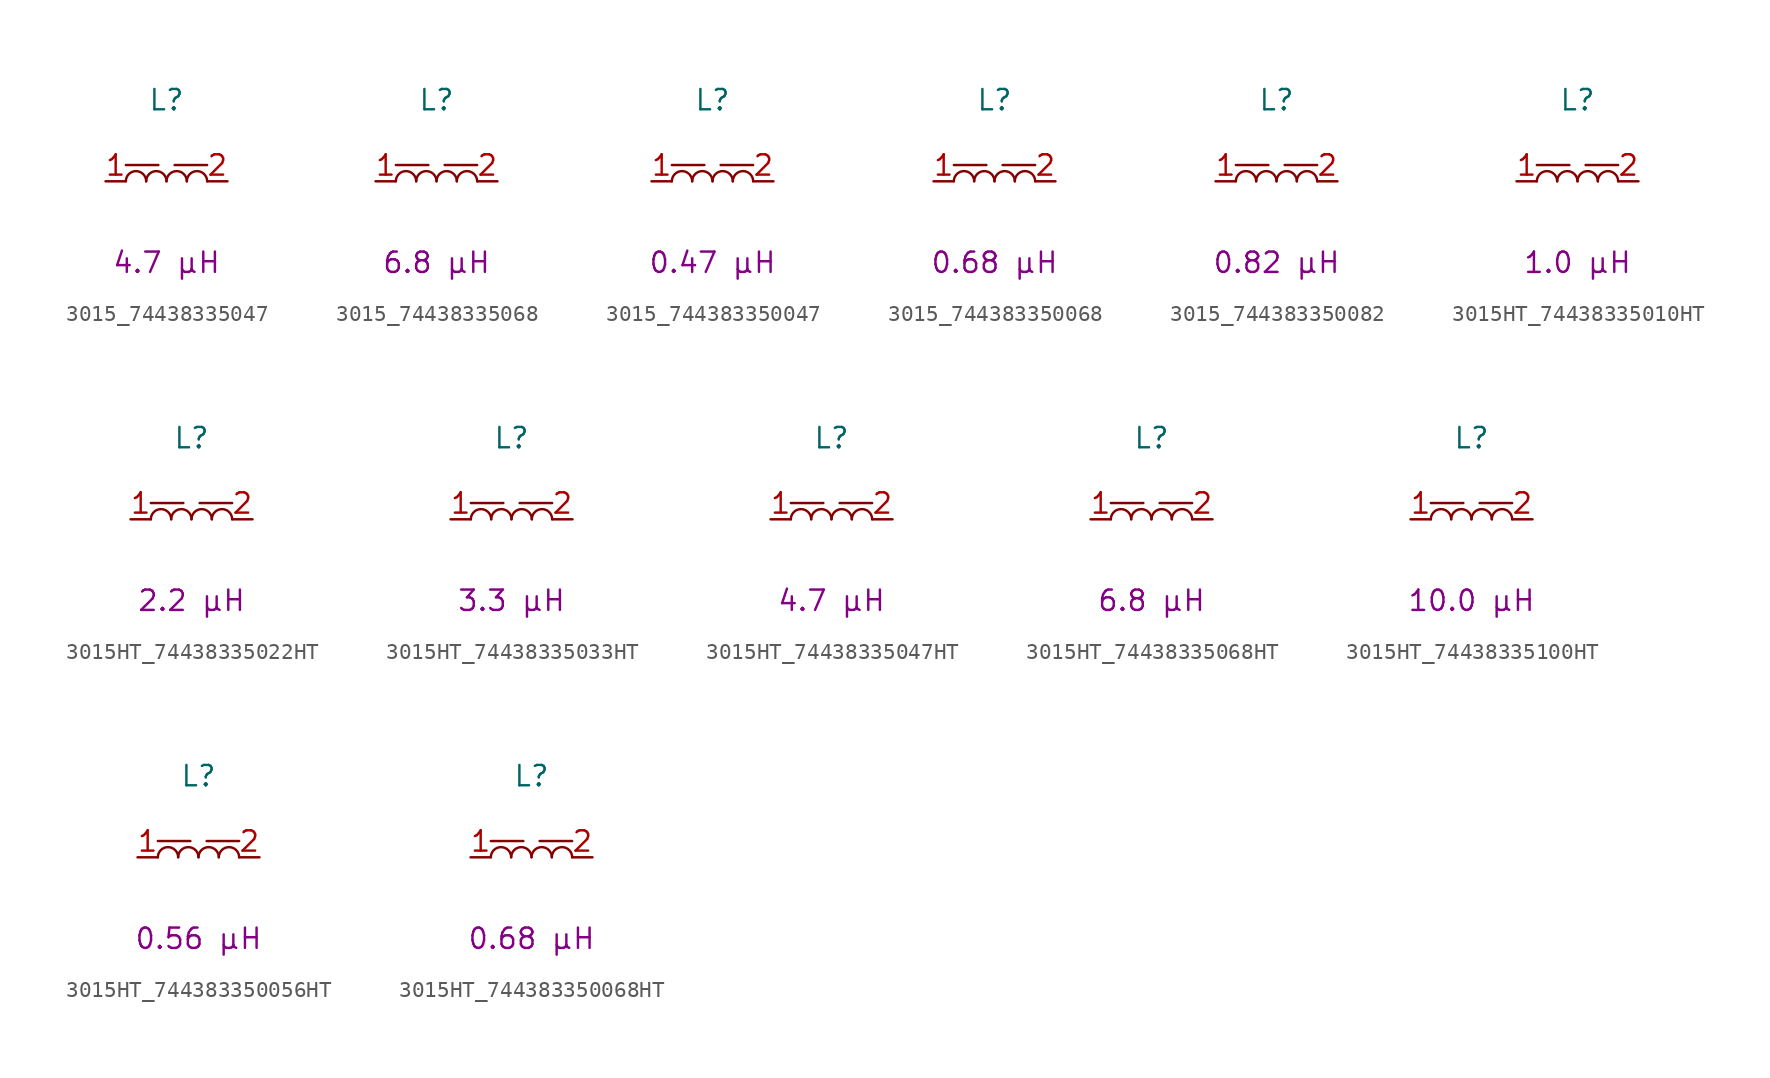
<source format=kicad_sym>
(kicad_symbol_lib
  (version 20220914)
  (generator kicad_symbol_editor)
  (symbol "3015_74438335047"
    (pin_names hide)
    (property "Reference" "L"
      (at 0 5.08 0)
      (effects (font (size 1.27 1.27))))
    (property "Critical Parameter" "4.7 µH"
      (at 0 -5.08 0)
      (effects (font (size 1.27 1.27))))
    (symbol "3015_74438335047_0_1"
      (arc (start -1.27 0) (mid -1.905 0.6323) (end -2.54 0) (stroke (width 0) (type default)) (fill (type none)))
      (arc (start 0 0) (mid -0.635 0.6323) (end -1.27 0) (stroke (width 0) (type default)) (fill (type none)))
      (polyline (pts (xy -2.54 1.016) (xy -0.508 1.016)) (stroke (width 0) (type default)) (fill (type none)))
      (arc (start 1.27 0) (mid 0.635 0.6323) (end 0 0) (stroke (width 0) (type default)) (fill (type none)))
      (arc (start 2.54 0) (mid 1.905 0.6323) (end 1.27 0) (stroke (width 0) (type default)) (fill (type none))))
    (symbol "3015_74438335047_1_1"
      (polyline (pts (xy 2.54 1.016) (xy 0.508 1.016)) (stroke (width 0) (type default)) (fill (type none)))
      (pin passive line (at -3.81 0 0) (length 1.27) (name "1" (effects (font (size 1.27 1.27)))) (number "1" (effects (font (size 1.27 1.27)))))
      (pin passive line (at 3.81 0 180) (length 1.27) (name "2" (effects (font (size 1.27 1.27)))) (number "2" (effects (font (size 1.27 1.27)))))))
  (symbol "3015_74438335068"
    (pin_names hide)
    (property "Reference" "L"
      (at 0 5.08 0)
      (effects (font (size 1.27 1.27))))
    (property "Critical Parameter" "6.8 µH"
      (at 0 -5.08 0)
      (effects (font (size 1.27 1.27))))
    (symbol "3015_74438335068_0_1"
      (arc (start -1.27 0) (mid -1.905 0.6323) (end -2.54 0) (stroke (width 0) (type default)) (fill (type none)))
      (arc (start 0 0) (mid -0.635 0.6323) (end -1.27 0) (stroke (width 0) (type default)) (fill (type none)))
      (polyline (pts (xy -2.54 1.016) (xy -0.508 1.016)) (stroke (width 0) (type default)) (fill (type none)))
      (arc (start 1.27 0) (mid 0.635 0.6323) (end 0 0) (stroke (width 0) (type default)) (fill (type none)))
      (arc (start 2.54 0) (mid 1.905 0.6323) (end 1.27 0) (stroke (width 0) (type default)) (fill (type none))))
    (symbol "3015_74438335068_1_1"
      (polyline (pts (xy 2.54 1.016) (xy 0.508 1.016)) (stroke (width 0) (type default)) (fill (type none)))
      (pin passive line (at -3.81 0 0) (length 1.27) (name "1" (effects (font (size 1.27 1.27)))) (number "1" (effects (font (size 1.27 1.27)))))
      (pin passive line (at 3.81 0 180) (length 1.27) (name "2" (effects (font (size 1.27 1.27)))) (number "2" (effects (font (size 1.27 1.27)))))))
  (symbol "3015_744383350047"
    (pin_names hide)
    (property "Reference" "L"
      (at 0 5.08 0)
      (effects (font (size 1.27 1.27))))
    (property "Critical Parameter" "0.47 µH"
      (at 0 -5.08 0)
      (effects (font (size 1.27 1.27))))
    (symbol "3015_744383350047_0_1"
      (arc (start -1.27 0) (mid -1.905 0.6323) (end -2.54 0) (stroke (width 0) (type default)) (fill (type none)))
      (arc (start 0 0) (mid -0.635 0.6323) (end -1.27 0) (stroke (width 0) (type default)) (fill (type none)))
      (polyline (pts (xy -2.54 1.016) (xy -0.508 1.016)) (stroke (width 0) (type default)) (fill (type none)))
      (arc (start 1.27 0) (mid 0.635 0.6323) (end 0 0) (stroke (width 0) (type default)) (fill (type none)))
      (arc (start 2.54 0) (mid 1.905 0.6323) (end 1.27 0) (stroke (width 0) (type default)) (fill (type none))))
    (symbol "3015_744383350047_1_1"
      (polyline (pts (xy 2.54 1.016) (xy 0.508 1.016)) (stroke (width 0) (type default)) (fill (type none)))
      (pin passive line (at -3.81 0 0) (length 1.27) (name "1" (effects (font (size 1.27 1.27)))) (number "1" (effects (font (size 1.27 1.27)))))
      (pin passive line (at 3.81 0 180) (length 1.27) (name "2" (effects (font (size 1.27 1.27)))) (number "2" (effects (font (size 1.27 1.27)))))))
  (symbol "3015_744383350068"
    (pin_names hide)
    (property "Reference" "L"
      (at 0 5.08 0)
      (effects (font (size 1.27 1.27))))
    (property "Critical Parameter" "0.68 µH"
      (at 0 -5.08 0)
      (effects (font (size 1.27 1.27))))
    (symbol "3015_744383350068_0_1"
      (arc (start -1.27 0) (mid -1.905 0.6323) (end -2.54 0) (stroke (width 0) (type default)) (fill (type none)))
      (arc (start 0 0) (mid -0.635 0.6323) (end -1.27 0) (stroke (width 0) (type default)) (fill (type none)))
      (polyline (pts (xy -2.54 1.016) (xy -0.508 1.016)) (stroke (width 0) (type default)) (fill (type none)))
      (arc (start 1.27 0) (mid 0.635 0.6323) (end 0 0) (stroke (width 0) (type default)) (fill (type none)))
      (arc (start 2.54 0) (mid 1.905 0.6323) (end 1.27 0) (stroke (width 0) (type default)) (fill (type none))))
    (symbol "3015_744383350068_1_1"
      (polyline (pts (xy 2.54 1.016) (xy 0.508 1.016)) (stroke (width 0) (type default)) (fill (type none)))
      (pin passive line (at -3.81 0 0) (length 1.27) (name "1" (effects (font (size 1.27 1.27)))) (number "1" (effects (font (size 1.27 1.27)))))
      (pin passive line (at 3.81 0 180) (length 1.27) (name "2" (effects (font (size 1.27 1.27)))) (number "2" (effects (font (size 1.27 1.27)))))))
  (symbol "3015_744383350082"
    (pin_names hide)
    (property "Reference" "L"
      (at 0 5.08 0)
      (effects (font (size 1.27 1.27))))
    (property "Critical Parameter" "0.82 µH"
      (at 0 -5.08 0)
      (effects (font (size 1.27 1.27))))
    (symbol "3015_744383350082_0_1"
      (arc (start -1.27 0) (mid -1.905 0.6323) (end -2.54 0) (stroke (width 0) (type default)) (fill (type none)))
      (arc (start 0 0) (mid -0.635 0.6323) (end -1.27 0) (stroke (width 0) (type default)) (fill (type none)))
      (polyline (pts (xy -2.54 1.016) (xy -0.508 1.016)) (stroke (width 0) (type default)) (fill (type none)))
      (arc (start 1.27 0) (mid 0.635 0.6323) (end 0 0) (stroke (width 0) (type default)) (fill (type none)))
      (arc (start 2.54 0) (mid 1.905 0.6323) (end 1.27 0) (stroke (width 0) (type default)) (fill (type none))))
    (symbol "3015_744383350082_1_1"
      (polyline (pts (xy 2.54 1.016) (xy 0.508 1.016)) (stroke (width 0) (type default)) (fill (type none)))
      (pin passive line (at -3.81 0 0) (length 1.27) (name "1" (effects (font (size 1.27 1.27)))) (number "1" (effects (font (size 1.27 1.27)))))
      (pin passive line (at 3.81 0 180) (length 1.27) (name "2" (effects (font (size 1.27 1.27)))) (number "2" (effects (font (size 1.27 1.27)))))))
  (symbol "3015HT_74438335010HT"
    (pin_names hide)
    (property "Reference" "L"
      (at 0 5.08 0)
      (effects (font (size 1.27 1.27))))
    (property "Critical Parameter" "1.0 µH"
      (at 0 -5.08 0)
      (effects (font (size 1.27 1.27))))
    (symbol "3015HT_74438335010HT_0_1"
      (arc (start -1.27 0) (mid -1.905 0.6323) (end -2.54 0) (stroke (width 0) (type default)) (fill (type none)))
      (arc (start 0 0) (mid -0.635 0.6323) (end -1.27 0) (stroke (width 0) (type default)) (fill (type none)))
      (polyline (pts (xy -2.54 1.016) (xy -0.508 1.016)) (stroke (width 0) (type default)) (fill (type none)))
      (arc (start 1.27 0) (mid 0.635 0.6323) (end 0 0) (stroke (width 0) (type default)) (fill (type none)))
      (arc (start 2.54 0) (mid 1.905 0.6323) (end 1.27 0) (stroke (width 0) (type default)) (fill (type none))))
    (symbol "3015HT_74438335010HT_1_1"
      (polyline (pts (xy 2.54 1.016) (xy 0.508 1.016)) (stroke (width 0) (type default)) (fill (type none)))
      (pin passive line (at -3.81 0 0) (length 1.27) (name "1" (effects (font (size 1.27 1.27)))) (number "1" (effects (font (size 1.27 1.27)))))
      (pin passive line (at 3.81 0 180) (length 1.27) (name "2" (effects (font (size 1.27 1.27)))) (number "2" (effects (font (size 1.27 1.27)))))))
  (symbol "3015HT_74438335022HT"
    (pin_names hide)
    (property "Reference" "L"
      (at 0 5.08 0)
      (effects (font (size 1.27 1.27))))
    (property "Critical Parameter" "2.2 µH"
      (at 0 -5.08 0)
      (effects (font (size 1.27 1.27))))
    (symbol "3015HT_74438335022HT_0_1"
      (arc (start -1.27 0) (mid -1.905 0.6323) (end -2.54 0) (stroke (width 0) (type default)) (fill (type none)))
      (arc (start 0 0) (mid -0.635 0.6323) (end -1.27 0) (stroke (width 0) (type default)) (fill (type none)))
      (polyline (pts (xy -2.54 1.016) (xy -0.508 1.016)) (stroke (width 0) (type default)) (fill (type none)))
      (arc (start 1.27 0) (mid 0.635 0.6323) (end 0 0) (stroke (width 0) (type default)) (fill (type none)))
      (arc (start 2.54 0) (mid 1.905 0.6323) (end 1.27 0) (stroke (width 0) (type default)) (fill (type none))))
    (symbol "3015HT_74438335022HT_1_1"
      (polyline (pts (xy 2.54 1.016) (xy 0.508 1.016)) (stroke (width 0) (type default)) (fill (type none)))
      (pin passive line (at -3.81 0 0) (length 1.27) (name "1" (effects (font (size 1.27 1.27)))) (number "1" (effects (font (size 1.27 1.27)))))
      (pin passive line (at 3.81 0 180) (length 1.27) (name "2" (effects (font (size 1.27 1.27)))) (number "2" (effects (font (size 1.27 1.27)))))))
  (symbol "3015HT_74438335033HT"
    (pin_names hide)
    (property "Reference" "L"
      (at 0 5.08 0)
      (effects (font (size 1.27 1.27))))
    (property "Critical Parameter" "3.3 µH"
      (at 0 -5.08 0)
      (effects (font (size 1.27 1.27))))
    (symbol "3015HT_74438335033HT_0_1"
      (arc (start -1.27 0) (mid -1.905 0.6323) (end -2.54 0) (stroke (width 0) (type default)) (fill (type none)))
      (arc (start 0 0) (mid -0.635 0.6323) (end -1.27 0) (stroke (width 0) (type default)) (fill (type none)))
      (polyline (pts (xy -2.54 1.016) (xy -0.508 1.016)) (stroke (width 0) (type default)) (fill (type none)))
      (arc (start 1.27 0) (mid 0.635 0.6323) (end 0 0) (stroke (width 0) (type default)) (fill (type none)))
      (arc (start 2.54 0) (mid 1.905 0.6323) (end 1.27 0) (stroke (width 0) (type default)) (fill (type none))))
    (symbol "3015HT_74438335033HT_1_1"
      (polyline (pts (xy 2.54 1.016) (xy 0.508 1.016)) (stroke (width 0) (type default)) (fill (type none)))
      (pin passive line (at -3.81 0 0) (length 1.27) (name "1" (effects (font (size 1.27 1.27)))) (number "1" (effects (font (size 1.27 1.27)))))
      (pin passive line (at 3.81 0 180) (length 1.27) (name "2" (effects (font (size 1.27 1.27)))) (number "2" (effects (font (size 1.27 1.27)))))))
  (symbol "3015HT_74438335047HT"
    (pin_names hide)
    (property "Reference" "L"
      (at 0 5.08 0)
      (effects (font (size 1.27 1.27))))
    (property "Critical Parameter" "4.7 µH"
      (at 0 -5.08 0)
      (effects (font (size 1.27 1.27))))
    (symbol "3015HT_74438335047HT_0_1"
      (arc (start -1.27 0) (mid -1.905 0.6323) (end -2.54 0) (stroke (width 0) (type default)) (fill (type none)))
      (arc (start 0 0) (mid -0.635 0.6323) (end -1.27 0) (stroke (width 0) (type default)) (fill (type none)))
      (polyline (pts (xy -2.54 1.016) (xy -0.508 1.016)) (stroke (width 0) (type default)) (fill (type none)))
      (arc (start 1.27 0) (mid 0.635 0.6323) (end 0 0) (stroke (width 0) (type default)) (fill (type none)))
      (arc (start 2.54 0) (mid 1.905 0.6323) (end 1.27 0) (stroke (width 0) (type default)) (fill (type none))))
    (symbol "3015HT_74438335047HT_1_1"
      (polyline (pts (xy 2.54 1.016) (xy 0.508 1.016)) (stroke (width 0) (type default)) (fill (type none)))
      (pin passive line (at -3.81 0 0) (length 1.27) (name "1" (effects (font (size 1.27 1.27)))) (number "1" (effects (font (size 1.27 1.27)))))
      (pin passive line (at 3.81 0 180) (length 1.27) (name "2" (effects (font (size 1.27 1.27)))) (number "2" (effects (font (size 1.27 1.27)))))))
  (symbol "3015HT_74438335068HT"
    (pin_names hide)
    (property "Reference" "L"
      (at 0 5.08 0)
      (effects (font (size 1.27 1.27))))
    (property "Critical Parameter" "6.8 µH"
      (at 0 -5.08 0)
      (effects (font (size 1.27 1.27))))
    (symbol "3015HT_74438335068HT_0_1"
      (arc (start -1.27 0) (mid -1.905 0.6323) (end -2.54 0) (stroke (width 0) (type default)) (fill (type none)))
      (arc (start 0 0) (mid -0.635 0.6323) (end -1.27 0) (stroke (width 0) (type default)) (fill (type none)))
      (polyline (pts (xy -2.54 1.016) (xy -0.508 1.016)) (stroke (width 0) (type default)) (fill (type none)))
      (arc (start 1.27 0) (mid 0.635 0.6323) (end 0 0) (stroke (width 0) (type default)) (fill (type none)))
      (arc (start 2.54 0) (mid 1.905 0.6323) (end 1.27 0) (stroke (width 0) (type default)) (fill (type none))))
    (symbol "3015HT_74438335068HT_1_1"
      (polyline (pts (xy 2.54 1.016) (xy 0.508 1.016)) (stroke (width 0) (type default)) (fill (type none)))
      (pin passive line (at -3.81 0 0) (length 1.27) (name "1" (effects (font (size 1.27 1.27)))) (number "1" (effects (font (size 1.27 1.27)))))
      (pin passive line (at 3.81 0 180) (length 1.27) (name "2" (effects (font (size 1.27 1.27)))) (number "2" (effects (font (size 1.27 1.27)))))))
  (symbol "3015HT_74438335100HT"
    (pin_names hide)
    (property "Reference" "L"
      (at 0 5.08 0)
      (effects (font (size 1.27 1.27))))
    (property "Critical Parameter" "10.0 µH"
      (at 0 -5.08 0)
      (effects (font (size 1.27 1.27))))
    (symbol "3015HT_74438335100HT_0_1"
      (arc (start -1.27 0) (mid -1.905 0.6323) (end -2.54 0) (stroke (width 0) (type default)) (fill (type none)))
      (arc (start 0 0) (mid -0.635 0.6323) (end -1.27 0) (stroke (width 0) (type default)) (fill (type none)))
      (polyline (pts (xy -2.54 1.016) (xy -0.508 1.016)) (stroke (width 0) (type default)) (fill (type none)))
      (arc (start 1.27 0) (mid 0.635 0.6323) (end 0 0) (stroke (width 0) (type default)) (fill (type none)))
      (arc (start 2.54 0) (mid 1.905 0.6323) (end 1.27 0) (stroke (width 0) (type default)) (fill (type none))))
    (symbol "3015HT_74438335100HT_1_1"
      (polyline (pts (xy 2.54 1.016) (xy 0.508 1.016)) (stroke (width 0) (type default)) (fill (type none)))
      (pin passive line (at -3.81 0 0) (length 1.27) (name "1" (effects (font (size 1.27 1.27)))) (number "1" (effects (font (size 1.27 1.27)))))
      (pin passive line (at 3.81 0 180) (length 1.27) (name "2" (effects (font (size 1.27 1.27)))) (number "2" (effects (font (size 1.27 1.27)))))))
  (symbol "3015HT_744383350056HT"
    (pin_names hide)
    (property "Reference" "L"
      (at 0 5.08 0)
      (effects (font (size 1.27 1.27))))
    (property "Critical Parameter" "0.56 µH"
      (at 0 -5.08 0)
      (effects (font (size 1.27 1.27))))
    (symbol "3015HT_744383350056HT_0_1"
      (arc (start -1.27 0) (mid -1.905 0.6323) (end -2.54 0) (stroke (width 0) (type default)) (fill (type none)))
      (arc (start 0 0) (mid -0.635 0.6323) (end -1.27 0) (stroke (width 0) (type default)) (fill (type none)))
      (polyline (pts (xy -2.54 1.016) (xy -0.508 1.016)) (stroke (width 0) (type default)) (fill (type none)))
      (arc (start 1.27 0) (mid 0.635 0.6323) (end 0 0) (stroke (width 0) (type default)) (fill (type none)))
      (arc (start 2.54 0) (mid 1.905 0.6323) (end 1.27 0) (stroke (width 0) (type default)) (fill (type none))))
    (symbol "3015HT_744383350056HT_1_1"
      (polyline (pts (xy 2.54 1.016) (xy 0.508 1.016)) (stroke (width 0) (type default)) (fill (type none)))
      (pin passive line (at -3.81 0 0) (length 1.27) (name "1" (effects (font (size 1.27 1.27)))) (number "1" (effects (font (size 1.27 1.27)))))
      (pin passive line (at 3.81 0 180) (length 1.27) (name "2" (effects (font (size 1.27 1.27)))) (number "2" (effects (font (size 1.27 1.27)))))))
  (symbol "3015HT_744383350068HT"
    (pin_names hide)
    (property "Reference" "L"
      (at 0 5.08 0)
      (effects (font (size 1.27 1.27))))
    (property "Critical Parameter" "0.68 µH"
      (at 0 -5.08 0)
      (effects (font (size 1.27 1.27))))
    (symbol "3015HT_744383350068HT_0_1"
      (arc (start -1.27 0) (mid -1.905 0.6323) (end -2.54 0) (stroke (width 0) (type default)) (fill (type none)))
      (arc (start 0 0) (mid -0.635 0.6323) (end -1.27 0) (stroke (width 0) (type default)) (fill (type none)))
      (polyline (pts (xy -2.54 1.016) (xy -0.508 1.016)) (stroke (width 0) (type default)) (fill (type none)))
      (arc (start 1.27 0) (mid 0.635 0.6323) (end 0 0) (stroke (width 0) (type default)) (fill (type none)))
      (arc (start 2.54 0) (mid 1.905 0.6323) (end 1.27 0) (stroke (width 0) (type default)) (fill (type none))))
    (symbol "3015HT_744383350068HT_1_1"
      (polyline (pts (xy 2.54 1.016) (xy 0.508 1.016)) (stroke (width 0) (type default)) (fill (type none)))
      (pin passive line (at -3.81 0 0) (length 1.27) (name "1" (effects (font (size 1.27 1.27)))) (number "1" (effects (font (size 1.27 1.27)))))
      (pin passive line (at 3.81 0 180) (length 1.27) (name "2" (effects (font (size 1.27 1.27)))) (number "2" (effects (font (size 1.27 1.27))))))))
</source>
